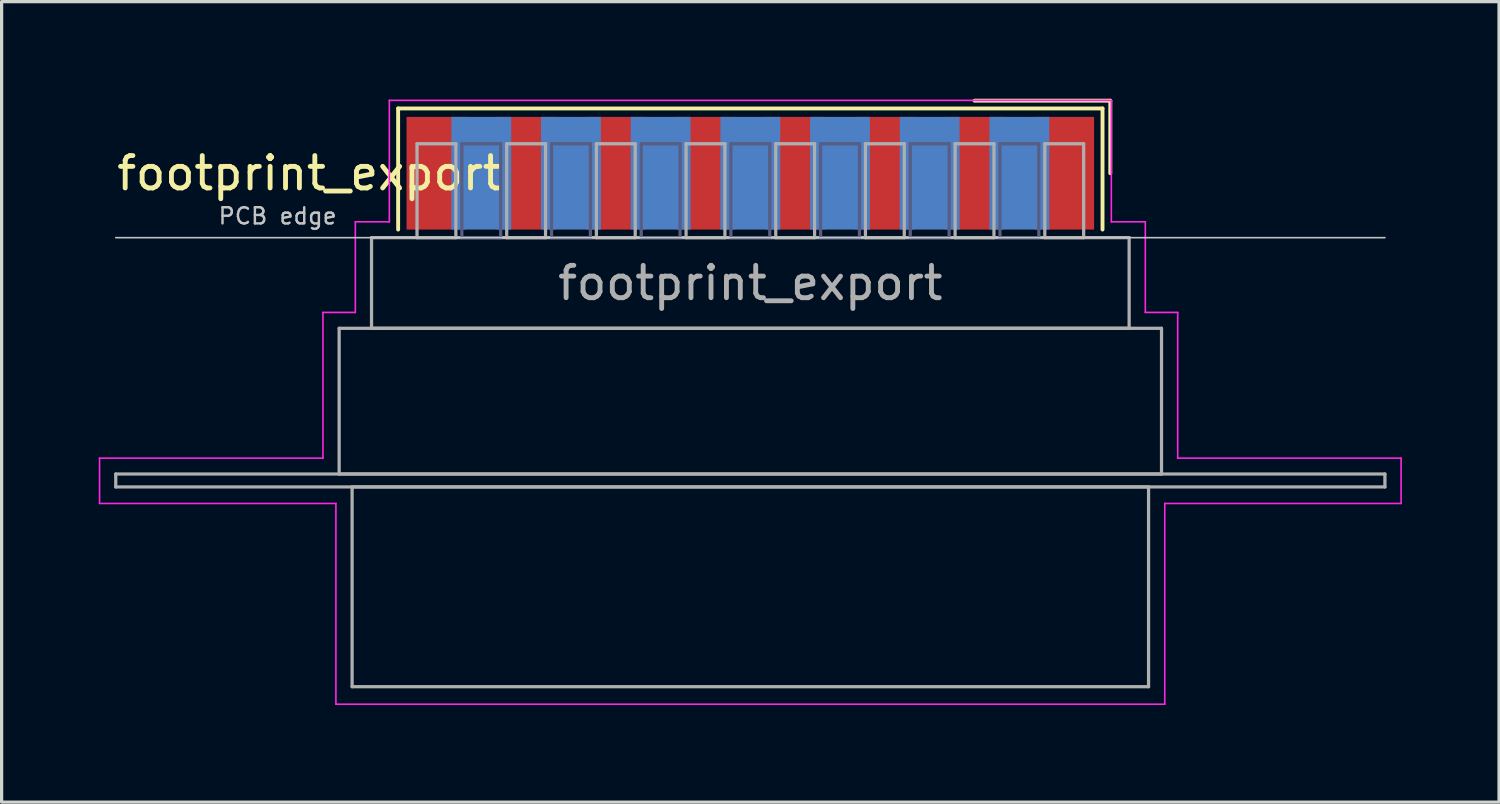
<source format=kicad_pcb>
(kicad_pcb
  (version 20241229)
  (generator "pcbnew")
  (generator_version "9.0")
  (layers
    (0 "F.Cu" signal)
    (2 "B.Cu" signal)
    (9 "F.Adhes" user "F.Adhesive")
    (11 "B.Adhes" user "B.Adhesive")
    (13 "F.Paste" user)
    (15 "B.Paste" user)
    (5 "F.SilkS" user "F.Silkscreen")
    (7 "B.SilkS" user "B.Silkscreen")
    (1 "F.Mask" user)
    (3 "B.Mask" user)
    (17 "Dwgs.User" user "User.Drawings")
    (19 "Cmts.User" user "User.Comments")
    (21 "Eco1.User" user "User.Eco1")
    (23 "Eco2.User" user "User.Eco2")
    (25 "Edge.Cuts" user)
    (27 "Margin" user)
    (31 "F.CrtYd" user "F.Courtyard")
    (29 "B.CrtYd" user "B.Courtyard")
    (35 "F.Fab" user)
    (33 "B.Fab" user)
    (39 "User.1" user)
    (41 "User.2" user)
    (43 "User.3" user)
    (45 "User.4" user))
  (footprint "footprint_export"
    (layer "F.Cu")
    (at 20.125 2.3)
    (property "Reference" "footprint_export" (at -13.618 0 0) (layer "F.SilkS") (effects (font (size 1 1) (thickness 0.15))))
    (attr smd)
    (fp_line (start -10.878 -2) (end -10.878 1.74) (stroke (width 0.12) (type solid)) (layer "F.SilkS"))
    (fp_line (start 10.878 -2) (end -10.878 -2) (stroke (width 0.12) (type solid)) (layer "F.SilkS"))
    (fp_line (start 10.878 1.74) (end 10.878 -2) (stroke (width 0.12) (type solid)) (layer "F.SilkS"))
    (fp_line (start 11.118 -2.24) (end 6.925 -2.24) (stroke (width 0.12) (type solid)) (layer "F.SilkS"))
    (fp_line (start 11.118 0) (end 11.118 -2.24) (stroke (width 0.12) (type solid)) (layer "F.SilkS"))
    (fp_line (start -19.6 1.99) (end 19.6 1.99) (stroke (width 0.05) (type solid)) (layer "Dwgs.User"))
    (fp_line (start -20.1 8.8) (end -13.2 8.8) (stroke (width 0.05) (type solid)) (layer "F.CrtYd"))
    (fp_line (start -20.1 10.2) (end -20.1 8.8) (stroke (width 0.05) (type solid)) (layer "F.CrtYd"))
    (fp_line (start -13.2 4.3) (end -12.2 4.3) (stroke (width 0.05) (type solid)) (layer "F.CrtYd"))
    (fp_line (start -13.2 8.8) (end -13.2 4.3) (stroke (width 0.05) (type solid)) (layer "F.CrtYd"))
    (fp_line (start -12.8 10.2) (end -20.1 10.2) (stroke (width 0.05) (type solid)) (layer "F.CrtYd"))
    (fp_line (start -12.8 16.4) (end -12.8 10.2) (stroke (width 0.05) (type solid)) (layer "F.CrtYd"))
    (fp_line (start -12.2 1.5) (end -11.15 1.5) (stroke (width 0.05) (type solid)) (layer "F.CrtYd"))
    (fp_line (start -12.2 4.3) (end -12.2 1.5) (stroke (width 0.05) (type solid)) (layer "F.CrtYd"))
    (fp_line (start -11.15 -2.25) (end 11.15 -2.25) (stroke (width 0.05) (type solid)) (layer "F.CrtYd"))
    (fp_line (start -11.15 1.5) (end -11.15 -2.25) (stroke (width 0.05) (type solid)) (layer "F.CrtYd"))
    (fp_line (start 11.15 -2.25) (end 11.15 1.5) (stroke (width 0.05) (type solid)) (layer "F.CrtYd"))
    (fp_line (start 11.15 1.5) (end 12.2 1.5) (stroke (width 0.05) (type solid)) (layer "F.CrtYd"))
    (fp_line (start 12.2 1.5) (end 12.2 4.3) (stroke (width 0.05) (type solid)) (layer "F.CrtYd"))
    (fp_line (start 12.2 4.3) (end 13.2 4.3) (stroke (width 0.05) (type solid)) (layer "F.CrtYd"))
    (fp_line (start 12.8 10.2) (end 12.8 16.4) (stroke (width 0.05) (type solid)) (layer "F.CrtYd"))
    (fp_line (start 12.8 16.4) (end -12.8 16.4) (stroke (width 0.05) (type solid)) (layer "F.CrtYd"))
    (fp_line (start 13.2 4.3) (end 13.2 8.8) (stroke (width 0.05) (type solid)) (layer "F.CrtYd"))
    (fp_line (start 13.2 8.8) (end 20.1 8.8) (stroke (width 0.05) (type solid)) (layer "F.CrtYd"))
    (fp_line (start 20.1 8.8) (end 20.1 10.2) (stroke (width 0.05) (type solid)) (layer "F.CrtYd"))
    (fp_line (start 20.1 10.2) (end 12.8 10.2) (stroke (width 0.05) (type solid)) (layer "F.CrtYd"))
    (fp_line (start -8.91 -0.91) (end -8.91 1.99) (stroke (width 0.1) (type solid)) (layer "B.Fab"))
    (fp_line (start -8.91 1.99) (end -7.71 1.99) (stroke (width 0.1) (type solid)) (layer "B.Fab"))
    (fp_line (start -7.71 -0.91) (end -8.91 -0.91) (stroke (width 0.1) (type solid)) (layer "B.Fab"))
    (fp_line (start -7.71 1.99) (end -7.71 -0.91) (stroke (width 0.1) (type solid)) (layer "B.Fab"))
    (fp_line (start -6.14 -0.91) (end -6.14 1.99) (stroke (width 0.1) (type solid)) (layer "B.Fab"))
    (fp_line (start -6.14 1.99) (end -4.94 1.99) (stroke (width 0.1) (type solid)) (layer "B.Fab"))
    (fp_line (start -4.94 -0.91) (end -6.14 -0.91) (stroke (width 0.1) (type solid)) (layer "B.Fab"))
    (fp_line (start -4.94 1.99) (end -4.94 -0.91) (stroke (width 0.1) (type solid)) (layer "B.Fab"))
    (fp_line (start -3.37 -0.91) (end -3.37 1.99) (stroke (width 0.1) (type solid)) (layer "B.Fab"))
    (fp_line (start -3.37 1.99) (end -2.17 1.99) (stroke (width 0.1) (type solid)) (layer "B.Fab"))
    (fp_line (start -2.17 -0.91) (end -3.37 -0.91) (stroke (width 0.1) (type solid)) (layer "B.Fab"))
    (fp_line (start -2.17 1.99) (end -2.17 -0.91) (stroke (width 0.1) (type solid)) (layer "B.Fab"))
    (fp_line (start -0.6 -0.91) (end -0.6 1.99) (stroke (width 0.1) (type solid)) (layer "B.Fab"))
    (fp_line (start -0.6 1.99) (end 0.6 1.99) (stroke (width 0.1) (type solid)) (layer "B.Fab"))
    (fp_line (start 0.6 -0.91) (end -0.6 -0.91) (stroke (width 0.1) (type solid)) (layer "B.Fab"))
    (fp_line (start 0.6 1.99) (end 0.6 -0.91) (stroke (width 0.1) (type solid)) (layer "B.Fab"))
    (fp_line (start 2.17 -0.91) (end 2.17 1.99) (stroke (width 0.1) (type solid)) (layer "B.Fab"))
    (fp_line (start 2.17 1.99) (end 3.37 1.99) (stroke (width 0.1) (type solid)) (layer "B.Fab"))
    (fp_line (start 3.37 -0.91) (end 2.17 -0.91) (stroke (width 0.1) (type solid)) (layer "B.Fab"))
    (fp_line (start 3.37 1.99) (end 3.37 -0.91) (stroke (width 0.1) (type solid)) (layer "B.Fab"))
    (fp_line (start 4.94 -0.91) (end 4.94 1.99) (stroke (width 0.1) (type solid)) (layer "B.Fab"))
    (fp_line (start 4.94 1.99) (end 6.14 1.99) (stroke (width 0.1) (type solid)) (layer "B.Fab"))
    (fp_line (start 6.14 -0.91) (end 4.94 -0.91) (stroke (width 0.1) (type solid)) (layer "B.Fab"))
    (fp_line (start 6.14 1.99) (end 6.14 -0.91) (stroke (width 0.1) (type solid)) (layer "B.Fab"))
    (fp_line (start 7.71 -0.91) (end 7.71 1.99) (stroke (width 0.1) (type solid)) (layer "B.Fab"))
    (fp_line (start 7.71 1.99) (end 8.91 1.99) (stroke (width 0.1) (type solid)) (layer "B.Fab"))
    (fp_line (start 8.91 -0.91) (end 7.71 -0.91) (stroke (width 0.1) (type solid)) (layer "B.Fab"))
    (fp_line (start 8.91 1.99) (end 8.91 -0.91) (stroke (width 0.1) (type solid)) (layer "B.Fab"))
    (fp_line (start -19.6 9.29) (end -19.6 9.69) (stroke (width 0.1) (type solid)) (layer "F.Fab"))
    (fp_line (start -19.6 9.69) (end 19.6 9.69) (stroke (width 0.1) (type solid)) (layer "F.Fab"))
    (fp_line (start -12.7 4.79) (end -12.7 9.29) (stroke (width 0.1) (type solid)) (layer "F.Fab"))
    (fp_line (start -12.7 9.29) (end 12.7 9.29) (stroke (width 0.1) (type solid)) (layer "F.Fab"))
    (fp_line (start -12.3 9.69) (end -12.3 15.86) (stroke (width 0.1) (type solid)) (layer "F.Fab"))
    (fp_line (start -12.3 15.86) (end 12.3 15.86) (stroke (width 0.1) (type solid)) (layer "F.Fab"))
    (fp_line (start -11.7 1.99) (end -11.7 4.79) (stroke (width 0.1) (type solid)) (layer "F.Fab"))
    (fp_line (start -11.7 4.79) (end 11.7 4.79) (stroke (width 0.1) (type solid)) (layer "F.Fab"))
    (fp_line (start -10.295 -0.91) (end -10.295 1.99) (stroke (width 0.1) (type solid)) (layer "F.Fab"))
    (fp_line (start -10.295 1.99) (end -9.095 1.99) (stroke (width 0.1) (type solid)) (layer "F.Fab"))
    (fp_line (start -9.095 -0.91) (end -10.295 -0.91) (stroke (width 0.1) (type solid)) (layer "F.Fab"))
    (fp_line (start -9.095 1.99) (end -9.095 -0.91) (stroke (width 0.1) (type solid)) (layer "F.Fab"))
    (fp_line (start -7.525 -0.91) (end -7.525 1.99) (stroke (width 0.1) (type solid)) (layer "F.Fab"))
    (fp_line (start -7.525 1.99) (end -6.325 1.99) (stroke (width 0.1) (type solid)) (layer "F.Fab"))
    (fp_line (start -6.325 -0.91) (end -7.525 -0.91) (stroke (width 0.1) (type solid)) (layer "F.Fab"))
    (fp_line (start -6.325 1.99) (end -6.325 -0.91) (stroke (width 0.1) (type solid)) (layer "F.Fab"))
    (fp_line (start -4.755 -0.91) (end -4.755 1.99) (stroke (width 0.1) (type solid)) (layer "F.Fab"))
    (fp_line (start -4.755 1.99) (end -3.555 1.99) (stroke (width 0.1) (type solid)) (layer "F.Fab"))
    (fp_line (start -3.555 -0.91) (end -4.755 -0.91) (stroke (width 0.1) (type solid)) (layer "F.Fab"))
    (fp_line (start -3.555 1.99) (end -3.555 -0.91) (stroke (width 0.1) (type solid)) (layer "F.Fab"))
    (fp_line (start -1.985 -0.91) (end -1.985 1.99) (stroke (width 0.1) (type solid)) (layer "F.Fab"))
    (fp_line (start -1.985 1.99) (end -0.785 1.99) (stroke (width 0.1) (type solid)) (layer "F.Fab"))
    (fp_line (start -0.785 -0.91) (end -1.985 -0.91) (stroke (width 0.1) (type solid)) (layer "F.Fab"))
    (fp_line (start -0.785 1.99) (end -0.785 -0.91) (stroke (width 0.1) (type solid)) (layer "F.Fab"))
    (fp_line (start 0.785 -0.91) (end 0.785 1.99) (stroke (width 0.1) (type solid)) (layer "F.Fab"))
    (fp_line (start 0.785 1.99) (end 1.985 1.99) (stroke (width 0.1) (type solid)) (layer "F.Fab"))
    (fp_line (start 1.985 -0.91) (end 0.785 -0.91) (stroke (width 0.1) (type solid)) (layer "F.Fab"))
    (fp_line (start 1.985 1.99) (end 1.985 -0.91) (stroke (width 0.1) (type solid)) (layer "F.Fab"))
    (fp_line (start 3.555 -0.91) (end 3.555 1.99) (stroke (width 0.1) (type solid)) (layer "F.Fab"))
    (fp_line (start 3.555 1.99) (end 4.755 1.99) (stroke (width 0.1) (type solid)) (layer "F.Fab"))
    (fp_line (start 4.755 -0.91) (end 3.555 -0.91) (stroke (width 0.1) (type solid)) (layer "F.Fab"))
    (fp_line (start 4.755 1.99) (end 4.755 -0.91) (stroke (width 0.1) (type solid)) (layer "F.Fab"))
    (fp_line (start 6.325 -0.91) (end 6.325 1.99) (stroke (width 0.1) (type solid)) (layer "F.Fab"))
    (fp_line (start 6.325 1.99) (end 7.525 1.99) (stroke (width 0.1) (type solid)) (layer "F.Fab"))
    (fp_line (start 7.525 -0.91) (end 6.325 -0.91) (stroke (width 0.1) (type solid)) (layer "F.Fab"))
    (fp_line (start 7.525 1.99) (end 7.525 -0.91) (stroke (width 0.1) (type solid)) (layer "F.Fab"))
    (fp_line (start 9.095 -0.91) (end 9.095 1.99) (stroke (width 0.1) (type solid)) (layer "F.Fab"))
    (fp_line (start 9.095 1.99) (end 10.295 1.99) (stroke (width 0.1) (type solid)) (layer "F.Fab"))
    (fp_line (start 10.295 -0.91) (end 9.095 -0.91) (stroke (width 0.1) (type solid)) (layer "F.Fab"))
    (fp_line (start 10.295 1.99) (end 10.295 -0.91) (stroke (width 0.1) (type solid)) (layer "F.Fab"))
    (fp_line (start 11.7 1.99) (end -11.7 1.99) (stroke (width 0.1) (type solid)) (layer "F.Fab"))
    (fp_line (start 11.7 4.79) (end 11.7 1.99) (stroke (width 0.1) (type solid)) (layer "F.Fab"))
    (fp_line (start 12.3 9.69) (end -12.3 9.69) (stroke (width 0.1) (type solid)) (layer "F.Fab"))
    (fp_line (start 12.3 15.86) (end 12.3 9.69) (stroke (width 0.1) (type solid)) (layer "F.Fab"))
    (fp_line (start 12.7 4.79) (end -12.7 4.79) (stroke (width 0.1) (type solid)) (layer "F.Fab"))
    (fp_line (start 12.7 9.29) (end 12.7 4.79) (stroke (width 0.1) (type solid)) (layer "F.Fab"))
    (fp_line (start 19.6 9.29) (end -19.6 9.29) (stroke (width 0.1) (type solid)) (layer "F.Fab"))
    (fp_line (start 19.6 9.69) (end 19.6 9.29) (stroke (width 0.1) (type solid)) (layer "F.Fab"))
    (fp_text user "PCB edge" (at -14.6 1.323 0) (layer "Dwgs.User") (effects (font (size 0.5 0.5) (thickness 0.075))))
    (fp_text user "${REFERENCE}" (at 0 3.39 0) (layer "F.Fab") (effects (font (size 1 1) (thickness 0.15))))
    (pad "1" smd rect (at 9.695 0) (size 1.847 3.48) (layers "F.Cu" "F.Mask" "F.Paste"))
    (pad "2" smd rect (at 6.925 0) (size 1.847 3.48) (layers "F.Cu" "F.Mask" "F.Paste"))
    (pad "3" smd rect (at 4.155 0) (size 1.847 3.48) (layers "F.Cu" "F.Mask" "F.Paste"))
    (pad "4" smd rect (at 1.385 0) (size 1.847 3.48) (layers "F.Cu" "F.Mask" "F.Paste"))
    (pad "5" smd rect (at -1.385 0) (size 1.847 3.48) (layers "F.Cu" "F.Mask" "F.Paste"))
    (pad "6" smd rect (at -4.155 0) (size 1.847 3.48) (layers "F.Cu" "F.Mask" "F.Paste"))
    (pad "7" smd rect (at -6.925 0) (size 1.847 3.48) (layers "F.Cu" "F.Mask" "F.Paste"))
    (pad "8" smd rect (at -9.695 0) (size 1.847 3.48) (layers "F.Cu" "F.Mask" "F.Paste"))
    (pad "9" smd rect (at 8.31 0) (size 1.847 3.48) (layers "B.Cu" "B.Mask" "B.Paste"))
    (pad "10" smd rect (at 5.54 0) (size 1.847 3.48) (layers "B.Cu" "B.Mask" "B.Paste"))
    (pad "11" smd rect (at 2.77 0) (size 1.847 3.48) (layers "B.Cu" "B.Mask" "B.Paste"))
    (pad "12" smd rect (at 0 0) (size 1.847 3.48) (layers "B.Cu" "B.Mask" "B.Paste"))
    (pad "13" smd rect (at -2.77 0) (size 1.847 3.48) (layers "B.Cu" "B.Mask" "B.Paste"))
    (pad "14" smd rect (at -5.54 0) (size 1.847 3.48) (layers "B.Cu" "B.Mask" "B.Paste"))
    (pad "15" smd rect (at -8.31 0) (size 1.847 3.48) (layers "B.Cu" "B.Mask" "B.Paste")))
  (gr_rect
    (start -3 -3)
    (end 43.25 21.725)
    (stroke (width 0.1) (type default))
    (fill no)
    (layer "Edge.Cuts")))
</source>
